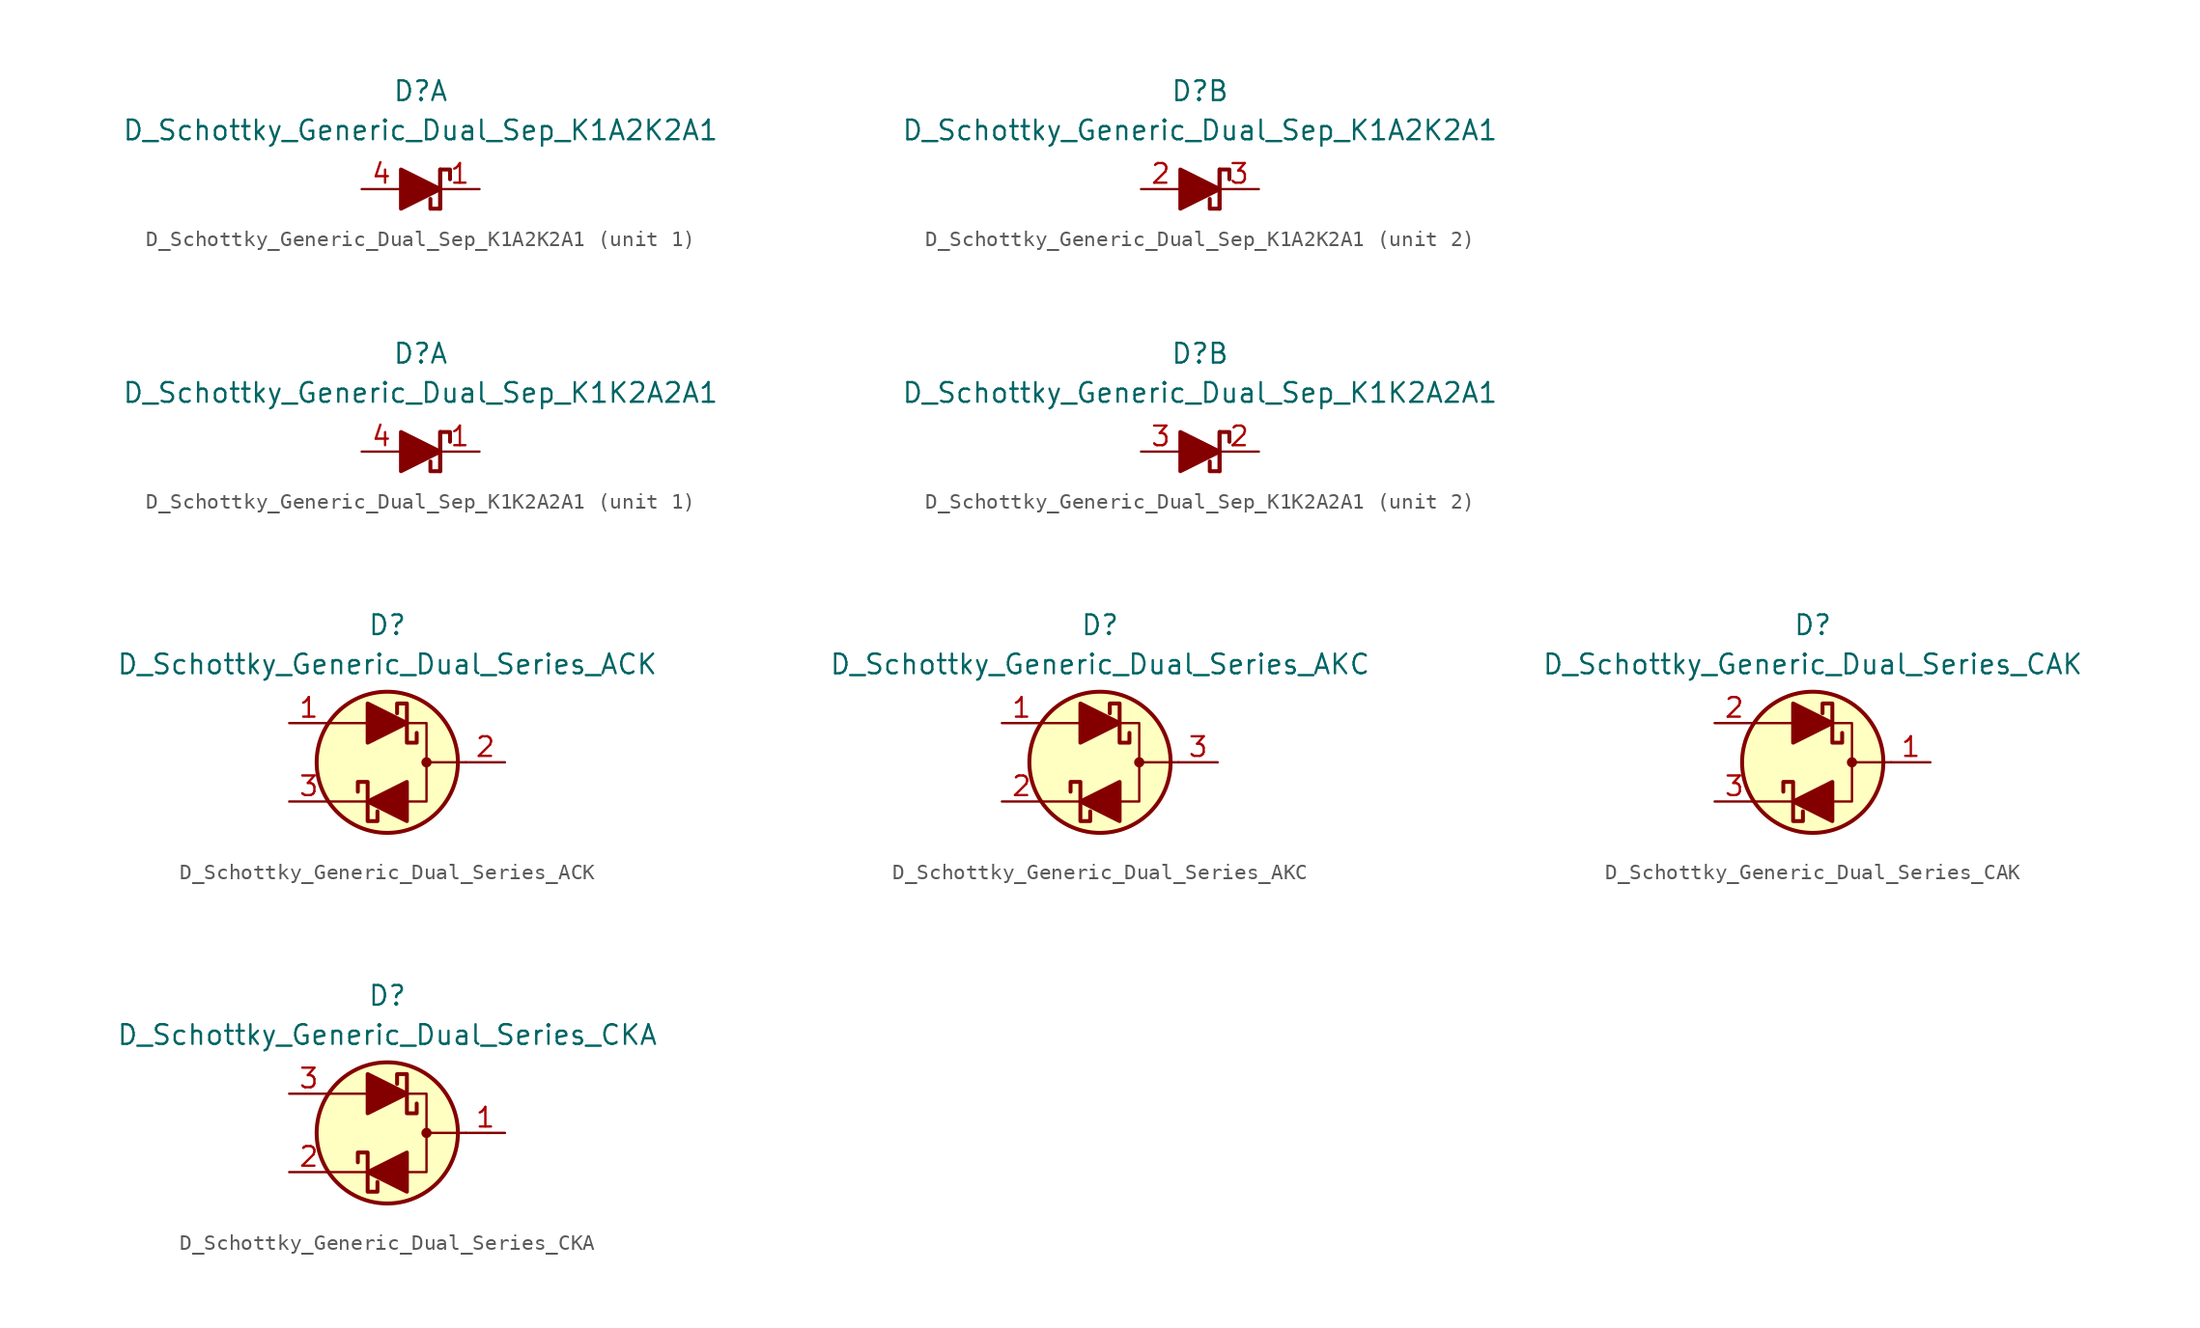
<source format=kicad_sym>
(kicad_symbol_lib
  (version 20201005)
  (generator kicad_symbol_editor)
  (symbol "Diode_Schottky_AKL:D_Schottky_Generic_Dual_Sep_K1A2K2A1"
    (pin_names
      (offset 1.016) hide)
    (property "Reference" "D"
      (at 0 6.35 0)
      (effects (font (size 1.27 1.27))))
    (property "Value" "D_Schottky_Generic_Dual_Sep_K1A2K2A1"
      (at 0 3.81 0)
      (effects (font (size 1.27 1.27))))
    (property "ki_locked" ""
      (at 0 0 0)
      (effects (font (size 1.27 1.27))))
    (symbol "D_Schottky_Generic_Dual_Sep_K1A2K2A1_0_1"
      (polyline (pts (xy 1.27 -1.27) (xy 1.27 1.27)) (stroke (width 0.254)) (fill (type none))))
    (symbol "D_Schottky_Generic_Dual_Sep_K1A2K2A1_1_1"
      (polyline (pts (xy -1.27 0) (xy 1.27 0)) (stroke (width 0)) (fill (type none)))
      (polyline (pts (xy 1.905 0.635) (xy 1.905 1.27) (xy 1.27 1.27) (xy 1.27 -1.27) (xy 0.635 -1.27) (xy 0.635 -0.635)) (stroke (width 0.254)) (fill (type none)))
      (polyline (pts (xy -1.27 -1.27) (xy -1.27 1.27) (xy 1.27 0) (xy -1.27 -1.27)) (stroke (width 0.254)) (fill (type outline)))
      (pin passive line (at 3.81 0 180) (length 2.54) (name "K1" (effects (font (size 1.27 1.27)))) (number "1" (effects (font (size 1.27 1.27)))))
      (pin passive line (at -3.81 0 0) (length 2.54) (name "A1" (effects (font (size 1.27 1.27)))) (number "4" (effects (font (size 1.27 1.27))))))
    (symbol "D_Schottky_Generic_Dual_Sep_K1A2K2A1_2_1"
      (polyline (pts (xy -1.27 0) (xy 1.27 0)) (stroke (width 0)) (fill (type none)))
      (polyline (pts (xy 1.905 0.635) (xy 1.905 1.27) (xy 1.27 1.27) (xy 1.27 -1.27) (xy 0.635 -1.27) (xy 0.635 -0.635)) (stroke (width 0.254)) (fill (type none)))
      (polyline (pts (xy -1.27 -1.27) (xy -1.27 1.27) (xy 1.27 0) (xy -1.27 -1.27)) (stroke (width 0.254)) (fill (type outline)))
      (pin passive line (at -3.81 0 0) (length 2.54) (name "A2" (effects (font (size 1.27 1.27)))) (number "2" (effects (font (size 1.27 1.27)))))
      (pin passive line (at 3.81 0 180) (length 2.54) (name "K2" (effects (font (size 1.27 1.27)))) (number "3" (effects (font (size 1.27 1.27)))))))
  (symbol "Diode_Schottky_AKL:D_Schottky_Generic_Dual_Sep_K1K2A2A1"
    (pin_names
      (offset 1.016) hide)
    (property "Reference" "D"
      (at 0 6.35 0)
      (effects (font (size 1.27 1.27))))
    (property "Value" "D_Schottky_Generic_Dual_Sep_K1K2A2A1"
      (at 0 3.81 0)
      (effects (font (size 1.27 1.27))))
    (property "ki_locked" ""
      (at 0 0 0)
      (effects (font (size 1.27 1.27))))
    (symbol "D_Schottky_Generic_Dual_Sep_K1K2A2A1_0_1"
      (polyline (pts (xy 1.27 -1.27) (xy 1.27 1.27)) (stroke (width 0.254)) (fill (type none))))
    (symbol "D_Schottky_Generic_Dual_Sep_K1K2A2A1_1_1"
      (polyline (pts (xy -1.27 0) (xy 1.27 0)) (stroke (width 0)) (fill (type none)))
      (polyline (pts (xy 1.905 0.635) (xy 1.905 1.27) (xy 1.27 1.27) (xy 1.27 -1.27) (xy 0.635 -1.27) (xy 0.635 -0.635)) (stroke (width 0.254)) (fill (type none)))
      (polyline (pts (xy -1.27 -1.27) (xy -1.27 1.27) (xy 1.27 0) (xy -1.27 -1.27)) (stroke (width 0.254)) (fill (type outline)))
      (pin passive line (at 3.81 0 180) (length 2.54) (name "K1" (effects (font (size 1.27 1.27)))) (number "1" (effects (font (size 1.27 1.27)))))
      (pin passive line (at -3.81 0 0) (length 2.54) (name "A1" (effects (font (size 1.27 1.27)))) (number "4" (effects (font (size 1.27 1.27))))))
    (symbol "D_Schottky_Generic_Dual_Sep_K1K2A2A1_2_1"
      (polyline (pts (xy -1.27 0) (xy 1.27 0)) (stroke (width 0)) (fill (type none)))
      (polyline (pts (xy 1.905 0.635) (xy 1.905 1.27) (xy 1.27 1.27) (xy 1.27 -1.27) (xy 0.635 -1.27) (xy 0.635 -0.635)) (stroke (width 0.254)) (fill (type none)))
      (polyline (pts (xy -1.27 -1.27) (xy -1.27 1.27) (xy 1.27 0) (xy -1.27 -1.27)) (stroke (width 0.254)) (fill (type outline)))
      (pin passive line (at 3.81 0 180) (length 2.54) (name "K2" (effects (font (size 1.27 1.27)))) (number "2" (effects (font (size 1.27 1.27)))))
      (pin passive line (at -3.81 0 0) (length 2.54) (name "A2" (effects (font (size 1.27 1.27)))) (number "3" (effects (font (size 1.27 1.27)))))))
  (symbol "Diode_Schottky_AKL:D_Schottky_Generic_Dual_Series_ACK"
    (pin_names
      (offset 1.016) hide)
    (property "Reference" "D"
      (at 0 8.89 0)
      (effects (font (size 1.27 1.27))))
    (property "Value" "D_Schottky_Generic_Dual_Series_ACK"
      (at 0 6.35 0)
      (effects (font (size 1.27 1.27))))
    (symbol "D_Schottky_Generic_Dual_Series_ACK_0_1"
      (circle (center 2.54 0) (radius 0.254) (stroke (width 0)) (fill (type outline)))
      (circle (center 0 0) (radius 4.572) (stroke (width 0.254)) (fill (type background)))
      (polyline (pts (xy -1.27 -2.54) (xy -3.81 -2.54)) (stroke (width 0)) (fill (type none)))
      (polyline (pts (xy -1.27 2.54) (xy -3.81 2.54)) (stroke (width 0)) (fill (type none)))
      (polyline (pts (xy 5.08 0) (xy 2.54 0)) (stroke (width 0)) (fill (type none)))
      (polyline (pts (xy 1.27 -2.54) (xy 2.54 -2.54) (xy 2.54 2.54) (xy 1.27 2.54)) (stroke (width 0)) (fill (type none))))
    (symbol "D_Schottky_Generic_Dual_Series_ACK_1_1"
      (polyline (pts (xy -1.27 2.54) (xy 1.27 2.54)) (stroke (width 0)) (fill (type none)))
      (polyline (pts (xy 1.27 -2.54) (xy -1.27 -2.54)) (stroke (width 0)) (fill (type none)))
      (polyline (pts (xy -1.905 -1.905) (xy -1.905 -1.27) (xy -1.27 -1.27) (xy -1.27 -3.81) (xy -0.635 -3.81) (xy -0.635 -3.175)) (stroke (width 0.254)) (fill (type none)))
      (polyline (pts (xy 1.905 1.905) (xy 1.905 1.27) (xy 1.27 1.27) (xy 1.27 3.81) (xy 0.635 3.81) (xy 0.635 3.175)) (stroke (width 0.254)) (fill (type none)))
      (polyline (pts (xy -1.27 1.27) (xy -1.27 3.81) (xy 1.27 2.54) (xy -1.27 1.27)) (stroke (width 0.254)) (fill (type outline)))
      (polyline (pts (xy 1.27 -1.27) (xy 1.27 -3.81) (xy -1.27 -2.54) (xy 1.27 -1.27)) (stroke (width 0.254)) (fill (type outline)))
      (pin passive line (at -6.35 2.54 0) (length 2.54) (name "A" (effects (font (size 1.27 1.27)))) (number "1" (effects (font (size 1.27 1.27)))))
      (pin passive line (at 7.62 0 180) (length 2.54) (name "C" (effects (font (size 1.27 1.27)))) (number "2" (effects (font (size 1.27 1.27)))))
      (pin passive line (at -6.35 -2.54 0) (length 2.54) (name "K" (effects (font (size 1.27 1.27)))) (number "3" (effects (font (size 1.27 1.27)))))))
  (symbol "Diode_Schottky_AKL:D_Schottky_Generic_Dual_Series_AKC"
    (pin_names
      (offset 1.016) hide)
    (property "Reference" "D"
      (at 0 8.89 0)
      (effects (font (size 1.27 1.27))))
    (property "Value" "D_Schottky_Generic_Dual_Series_AKC"
      (at 0 6.35 0)
      (effects (font (size 1.27 1.27))))
    (symbol "D_Schottky_Generic_Dual_Series_AKC_0_1"
      (circle (center 2.54 0) (radius 0.254) (stroke (width 0)) (fill (type outline)))
      (circle (center 0 0) (radius 4.572) (stroke (width 0.254)) (fill (type background)))
      (polyline (pts (xy -1.27 -2.54) (xy -3.81 -2.54)) (stroke (width 0)) (fill (type none)))
      (polyline (pts (xy -1.27 2.54) (xy -3.81 2.54)) (stroke (width 0)) (fill (type none)))
      (polyline (pts (xy 5.08 0) (xy 2.54 0)) (stroke (width 0)) (fill (type none)))
      (polyline (pts (xy 1.27 -2.54) (xy 2.54 -2.54) (xy 2.54 2.54) (xy 1.27 2.54)) (stroke (width 0)) (fill (type none))))
    (symbol "D_Schottky_Generic_Dual_Series_AKC_1_1"
      (polyline (pts (xy -1.27 2.54) (xy 1.27 2.54)) (stroke (width 0)) (fill (type none)))
      (polyline (pts (xy 1.27 -2.54) (xy -1.27 -2.54)) (stroke (width 0)) (fill (type none)))
      (polyline (pts (xy -1.905 -1.905) (xy -1.905 -1.27) (xy -1.27 -1.27) (xy -1.27 -3.81) (xy -0.635 -3.81) (xy -0.635 -3.175)) (stroke (width 0.254)) (fill (type none)))
      (polyline (pts (xy 1.905 1.905) (xy 1.905 1.27) (xy 1.27 1.27) (xy 1.27 3.81) (xy 0.635 3.81) (xy 0.635 3.175)) (stroke (width 0.254)) (fill (type none)))
      (polyline (pts (xy -1.27 1.27) (xy -1.27 3.81) (xy 1.27 2.54) (xy -1.27 1.27)) (stroke (width 0.254)) (fill (type outline)))
      (polyline (pts (xy 1.27 -1.27) (xy 1.27 -3.81) (xy -1.27 -2.54) (xy 1.27 -1.27)) (stroke (width 0.254)) (fill (type outline)))
      (pin passive line (at -6.35 2.54 0) (length 2.54) (name "A" (effects (font (size 1.27 1.27)))) (number "1" (effects (font (size 1.27 1.27)))))
      (pin passive line (at -6.35 -2.54 0) (length 2.54) (name "K" (effects (font (size 1.27 1.27)))) (number "2" (effects (font (size 1.27 1.27)))))
      (pin passive line (at 7.62 0 180) (length 2.54) (name "C" (effects (font (size 1.27 1.27)))) (number "3" (effects (font (size 1.27 1.27)))))))
  (symbol "Diode_Schottky_AKL:D_Schottky_Generic_Dual_Series_CAK"
    (pin_names
      (offset 1.016) hide)
    (property "Reference" "D"
      (at 0 8.89 0)
      (effects (font (size 1.27 1.27))))
    (property "Value" "D_Schottky_Generic_Dual_Series_CAK"
      (at 0 6.35 0)
      (effects (font (size 1.27 1.27))))
    (symbol "D_Schottky_Generic_Dual_Series_CAK_0_1"
      (circle (center 2.54 0) (radius 0.254) (stroke (width 0)) (fill (type outline)))
      (circle (center 0 0) (radius 4.572) (stroke (width 0.254)) (fill (type background)))
      (polyline (pts (xy -1.27 -2.54) (xy -3.81 -2.54)) (stroke (width 0)) (fill (type none)))
      (polyline (pts (xy -1.27 2.54) (xy -3.81 2.54)) (stroke (width 0)) (fill (type none)))
      (polyline (pts (xy 5.08 0) (xy 2.54 0)) (stroke (width 0)) (fill (type none)))
      (polyline (pts (xy 1.27 -2.54) (xy 2.54 -2.54) (xy 2.54 2.54) (xy 1.27 2.54)) (stroke (width 0)) (fill (type none))))
    (symbol "D_Schottky_Generic_Dual_Series_CAK_1_1"
      (polyline (pts (xy -1.27 2.54) (xy 1.27 2.54)) (stroke (width 0)) (fill (type none)))
      (polyline (pts (xy 1.27 -2.54) (xy -1.27 -2.54)) (stroke (width 0)) (fill (type none)))
      (polyline (pts (xy -1.905 -1.905) (xy -1.905 -1.27) (xy -1.27 -1.27) (xy -1.27 -3.81) (xy -0.635 -3.81) (xy -0.635 -3.175)) (stroke (width 0.254)) (fill (type none)))
      (polyline (pts (xy 1.905 1.905) (xy 1.905 1.27) (xy 1.27 1.27) (xy 1.27 3.81) (xy 0.635 3.81) (xy 0.635 3.175)) (stroke (width 0.254)) (fill (type none)))
      (polyline (pts (xy -1.27 1.27) (xy -1.27 3.81) (xy 1.27 2.54) (xy -1.27 1.27)) (stroke (width 0.254)) (fill (type outline)))
      (polyline (pts (xy 1.27 -1.27) (xy 1.27 -3.81) (xy -1.27 -2.54) (xy 1.27 -1.27)) (stroke (width 0.254)) (fill (type outline)))
      (pin passive line (at 7.62 0 180) (length 2.54) (name "C" (effects (font (size 1.27 1.27)))) (number "1" (effects (font (size 1.27 1.27)))))
      (pin passive line (at -6.35 2.54 0) (length 2.54) (name "A" (effects (font (size 1.27 1.27)))) (number "2" (effects (font (size 1.27 1.27)))))
      (pin passive line (at -6.35 -2.54 0) (length 2.54) (name "K" (effects (font (size 1.27 1.27)))) (number "3" (effects (font (size 1.27 1.27)))))))
  (symbol "Diode_Schottky_AKL:D_Schottky_Generic_Dual_Series_CKA"
    (pin_names
      (offset 1.016) hide)
    (property "Reference" "D"
      (at 0 8.89 0)
      (effects (font (size 1.27 1.27))))
    (property "Value" "D_Schottky_Generic_Dual_Series_CKA"
      (at 0 6.35 0)
      (effects (font (size 1.27 1.27))))
    (symbol "D_Schottky_Generic_Dual_Series_CKA_0_1"
      (circle (center 2.54 0) (radius 0.254) (stroke (width 0)) (fill (type outline)))
      (circle (center 0 0) (radius 4.572) (stroke (width 0.254)) (fill (type background)))
      (polyline (pts (xy -1.27 -2.54) (xy -3.81 -2.54)) (stroke (width 0)) (fill (type none)))
      (polyline (pts (xy -1.27 2.54) (xy -3.81 2.54)) (stroke (width 0)) (fill (type none)))
      (polyline (pts (xy 5.08 0) (xy 2.54 0)) (stroke (width 0)) (fill (type none)))
      (polyline (pts (xy 1.27 -2.54) (xy 2.54 -2.54) (xy 2.54 2.54) (xy 1.27 2.54)) (stroke (width 0)) (fill (type none))))
    (symbol "D_Schottky_Generic_Dual_Series_CKA_1_1"
      (polyline (pts (xy -1.27 2.54) (xy 1.27 2.54)) (stroke (width 0)) (fill (type none)))
      (polyline (pts (xy 1.27 -2.54) (xy -1.27 -2.54)) (stroke (width 0)) (fill (type none)))
      (polyline (pts (xy -1.905 -1.905) (xy -1.905 -1.27) (xy -1.27 -1.27) (xy -1.27 -3.81) (xy -0.635 -3.81) (xy -0.635 -3.175)) (stroke (width 0.254)) (fill (type none)))
      (polyline (pts (xy 1.905 1.905) (xy 1.905 1.27) (xy 1.27 1.27) (xy 1.27 3.81) (xy 0.635 3.81) (xy 0.635 3.175)) (stroke (width 0.254)) (fill (type none)))
      (polyline (pts (xy -1.27 1.27) (xy -1.27 3.81) (xy 1.27 2.54) (xy -1.27 1.27)) (stroke (width 0.254)) (fill (type outline)))
      (polyline (pts (xy 1.27 -1.27) (xy 1.27 -3.81) (xy -1.27 -2.54) (xy 1.27 -1.27)) (stroke (width 0.254)) (fill (type outline)))
      (pin passive line (at 7.62 0 180) (length 2.54) (name "C" (effects (font (size 1.27 1.27)))) (number "1" (effects (font (size 1.27 1.27)))))
      (pin passive line (at -6.35 -2.54 0) (length 2.54) (name "K" (effects (font (size 1.27 1.27)))) (number "2" (effects (font (size 1.27 1.27)))))
      (pin passive line (at -6.35 2.54 0) (length 2.54) (name "A" (effects (font (size 1.27 1.27)))) (number "3" (effects (font (size 1.27 1.27))))))))
</source>
